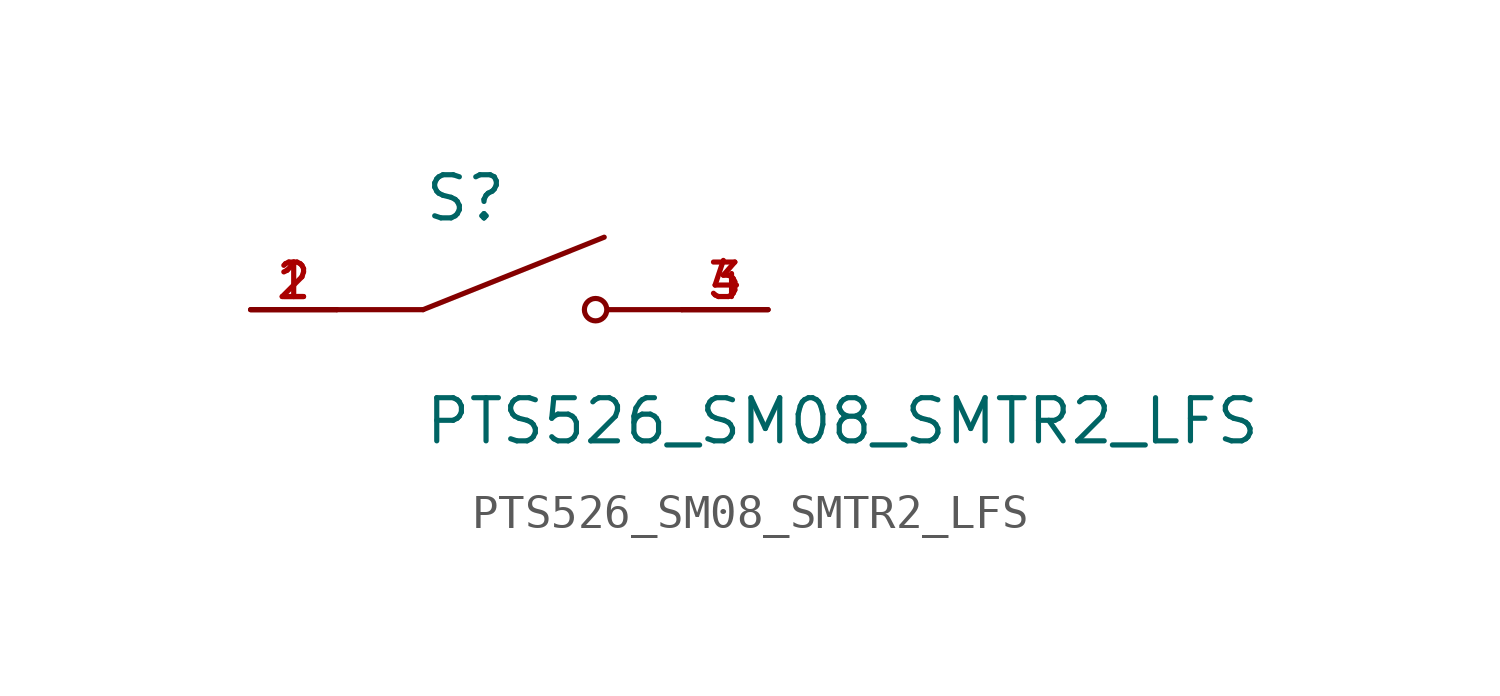
<source format=kicad_sym>
(kicad_symbol_lib
  (version 20211014)
  (generator kicad_symbol_editor)
  (symbol "PTS526_SM08_SMTR2_LFS"
    (pin_names
      (offset 1.016))
    (property "Reference" "S"
      (at -2.54 2.54 0)
      (effects (font (size 1.27 1.27)) (justify bottom left)))
    (property "Value" "PTS526_SM08_SMTR2_LFS"
      (at -2.54 -2.54 0)
      (effects (font (size 1.27 1.27)) (justify top left)))
    (symbol "PTS526_SM08_SMTR2_LFS_0_0"
      (polyline (pts (xy -2.54 0.0) (xy 2.794 2.134)) (stroke (width 0.152)))
      (circle (center 2.54 0.0) (radius 0.33) (stroke (width 0.152)) (fill (type none)))
      (polyline (pts (xy 5.08 0.0) (xy 2.921 0.0)) (stroke (width 0.152)))
      (polyline (pts (xy -2.54 0.0) (xy -5.08 0.0)) (stroke (width 0.152)))
      (pin passive line (at -7.62 0.0 0) (length 2.54) (name "~" (effects (font (size 1.016 1.016)))) (number "1" (effects (font (size 1.016 1.016)))))
      (pin passive line (at -7.62 0.0 0) (length 2.54) (name "~" (effects (font (size 1.016 1.016)))) (number "2" (effects (font (size 1.016 1.016)))))
      (pin passive line (at 7.62 0.0 180.0) (length 2.54) (name "~" (effects (font (size 1.016 1.016)))) (number "3" (effects (font (size 1.016 1.016)))))
      (pin passive line (at 7.62 0.0 180.0) (length 2.54) (name "~" (effects (font (size 1.016 1.016)))) (number "4" (effects (font (size 1.016 1.016))))))))
</source>
